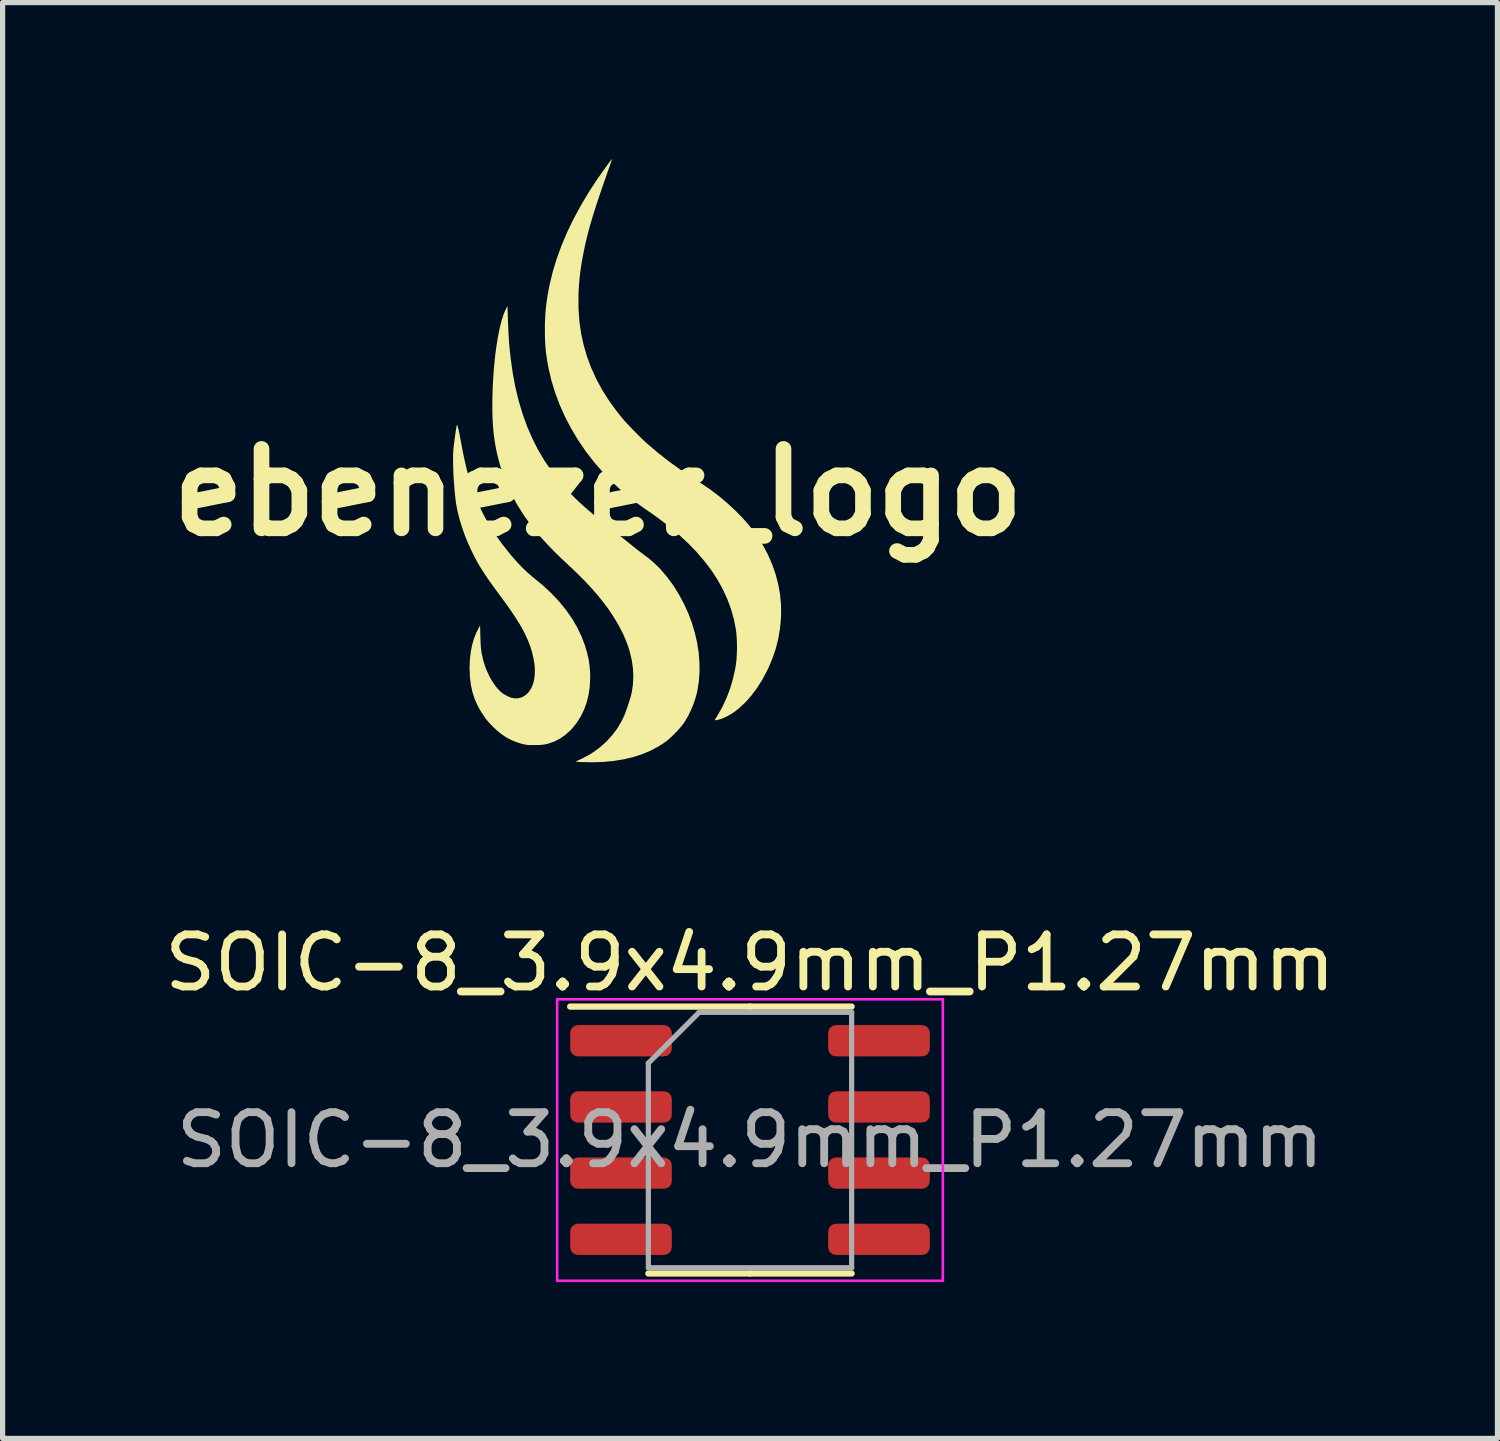
<source format=kicad_pcb>
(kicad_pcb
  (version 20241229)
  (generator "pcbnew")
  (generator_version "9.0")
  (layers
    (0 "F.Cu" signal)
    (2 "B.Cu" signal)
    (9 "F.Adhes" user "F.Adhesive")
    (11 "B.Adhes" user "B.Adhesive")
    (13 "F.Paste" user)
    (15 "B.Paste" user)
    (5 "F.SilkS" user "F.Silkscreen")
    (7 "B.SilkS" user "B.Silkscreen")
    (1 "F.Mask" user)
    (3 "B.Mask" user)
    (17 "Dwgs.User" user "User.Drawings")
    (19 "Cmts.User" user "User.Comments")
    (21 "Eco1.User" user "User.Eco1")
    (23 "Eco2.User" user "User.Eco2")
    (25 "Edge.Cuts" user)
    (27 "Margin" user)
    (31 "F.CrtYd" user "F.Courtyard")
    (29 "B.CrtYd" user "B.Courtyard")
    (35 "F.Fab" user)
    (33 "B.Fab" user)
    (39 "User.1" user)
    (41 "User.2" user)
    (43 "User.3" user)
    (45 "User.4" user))
  (footprint "ebenezer_logo"
    (layer "F.Cu")
    (at 8.426 6.397)
    (property "Reference" "ebenezer_logo" (at 0 0 0) (layer "F.SilkS") (effects (font (size 1.524 1.524) (thickness 0.3))))
    (attr board_only exclude_from_pos_files exclude_from_bom)
    (fp_poly (pts (xy -1.738 -3.518) (xy -1.734 -3.39) (xy -1.73 -3.277) (xy -1.726 -3.177) (xy -1.722 -3.088) (xy -1.717 -3.007) (xy -1.713 -2.934) (xy -1.708 -2.865) (xy -1.702 -2.798) (xy -1.696 -2.732) (xy -1.689 -2.665) (xy -1.681 -2.595) (xy -1.68 -2.582) (xy -1.64 -2.296) (xy -1.589 -2.022) (xy -1.526 -1.76) (xy -1.451 -1.51) (xy -1.365 -1.27) (xy -1.266 -1.041) (xy -1.156 -0.822) (xy -1.033 -0.614) (xy -0.897 -0.414) (xy -0.783 -0.266) (xy -0.718 -0.186) (xy -0.652 -0.11) (xy -0.585 -0.036) (xy -0.515 0.037) (xy -0.442 0.111) (xy -0.363 0.186) (xy -0.278 0.263) (xy -0.185 0.345) (xy -0.083 0.431) (xy 0.028 0.523) (xy 0.151 0.622) (xy 0.286 0.729) (xy 0.322 0.757) (xy 0.381 0.805) (xy 0.442 0.853) (xy 0.502 0.9) (xy 0.557 0.944) (xy 0.605 0.983) (xy 0.644 1.014) (xy 0.655 1.024) (xy 0.702 1.061) (xy 0.754 1.102) (xy 0.806 1.142) (xy 0.852 1.176) (xy 0.862 1.184) (xy 0.962 1.259) (xy 1.056 1.338) (xy 1.141 1.418) (xy 1.195 1.473) (xy 1.324 1.625) (xy 1.443 1.787) (xy 1.549 1.957) (xy 1.644 2.133) (xy 1.727 2.315) (xy 1.797 2.501) (xy 1.854 2.69) (xy 1.898 2.88) (xy 1.928 3.071) (xy 1.943 3.261) (xy 1.945 3.449) (xy 1.931 3.633) (xy 1.902 3.812) (xy 1.897 3.835) (xy 1.867 3.948) (xy 1.827 4.065) (xy 1.779 4.18) (xy 1.726 4.289) (xy 1.668 4.388) (xy 1.636 4.436) (xy 1.599 4.484) (xy 1.553 4.538) (xy 1.5 4.595) (xy 1.444 4.652) (xy 1.388 4.705) (xy 1.336 4.751) (xy 1.296 4.783) (xy 1.156 4.875) (xy 1.005 4.955) (xy 0.842 5.023) (xy 0.668 5.079) (xy 0.484 5.122) (xy 0.288 5.153) (xy 0.083 5.172) (xy -0.132 5.178) (xy -0.298 5.174) (xy -0.342 5.172) (xy -0.38 5.169) (xy -0.409 5.167) (xy -0.425 5.165) (xy -0.427 5.164) (xy -0.422 5.159) (xy -0.406 5.15) (xy -0.383 5.14) (xy -0.337 5.119) (xy -0.282 5.092) (xy -0.223 5.061) (xy -0.165 5.029) (xy -0.115 4.999) (xy -0.094 4.985) (xy 0.039 4.887) (xy 0.16 4.778) (xy 0.269 4.658) (xy 0.366 4.53) (xy 0.447 4.393) (xy 0.484 4.318) (xy 0.503 4.276) (xy 0.524 4.221) (xy 0.547 4.158) (xy 0.57 4.091) (xy 0.592 4.023) (xy 0.613 3.958) (xy 0.629 3.9) (xy 0.641 3.853) (xy 0.643 3.844) (xy 0.667 3.689) (xy 0.675 3.531) (xy 0.667 3.369) (xy 0.642 3.205) (xy 0.602 3.039) (xy 0.545 2.872) (xy 0.473 2.703) (xy 0.385 2.535) (xy 0.298 2.391) (xy 0.203 2.247) (xy 0.097 2.105) (xy -0.019 1.961) (xy -0.147 1.816) (xy -0.288 1.667) (xy -0.443 1.514) (xy -0.563 1.401) (xy -0.703 1.27) (xy -0.83 1.146) (xy -0.945 1.028) (xy -1.051 0.915) (xy -1.148 0.804) (xy -1.238 0.694) (xy -1.322 0.584) (xy -1.402 0.472) (xy -1.43 0.432) (xy -1.549 0.244) (xy -1.653 0.057) (xy -1.743 -0.133) (xy -1.82 -0.33) (xy -1.886 -0.535) (xy -1.925 -0.683) (xy -1.956 -0.82) (xy -1.981 -0.957) (xy -2.001 -1.097) (xy -2.016 -1.243) (xy -2.025 -1.397) (xy -2.03 -1.561) (xy -2.03 -1.738) (xy -2.029 -1.82) (xy -2.024 -1.994) (xy -2.015 -2.166) (xy -2.004 -2.335) (xy -1.989 -2.498) (xy -1.972 -2.655) (xy -1.952 -2.805) (xy -1.929 -2.947) (xy -1.905 -3.078) (xy -1.878 -3.198) (xy -1.85 -3.305) (xy -1.82 -3.399) (xy -1.789 -3.477) (xy -1.78 -3.497) (xy -1.74 -3.577)) (stroke (width 0) (type solid)) (fill yes) (layer "F.SilkS"))
    (fp_poly (pts (xy -2.705 -1.294) (xy -2.697 -1.274) (xy -2.688 -1.241) (xy -2.677 -1.194) (xy -2.664 -1.137) (xy -2.651 -1.07) (xy -2.636 -0.994) (xy -2.629 -0.953) (xy -2.592 -0.758) (xy -2.554 -0.579) (xy -2.514 -0.412) (xy -2.472 -0.257) (xy -2.427 -0.111) (xy -2.378 0.028) (xy -2.324 0.162) (xy -2.266 0.292) (xy -2.202 0.422) (xy -2.131 0.551) (xy -2.117 0.576) (xy -2.039 0.705) (xy -1.953 0.836) (xy -1.86 0.967) (xy -1.762 1.094) (xy -1.662 1.217) (xy -1.56 1.333) (xy -1.458 1.44) (xy -1.358 1.535) (xy -1.263 1.618) (xy -1.236 1.64) (xy -1.058 1.786) (xy -0.896 1.937) (xy -0.749 2.093) (xy -0.618 2.254) (xy -0.502 2.419) (xy -0.403 2.588) (xy -0.32 2.761) (xy -0.253 2.937) (xy -0.208 3.09) (xy -0.181 3.214) (xy -0.164 3.333) (xy -0.154 3.453) (xy -0.153 3.55) (xy -0.16 3.715) (xy -0.182 3.872) (xy -0.218 4.021) (xy -0.268 4.162) (xy -0.331 4.294) (xy -0.409 4.416) (xy -0.499 4.529) (xy -0.537 4.569) (xy -0.632 4.654) (xy -0.732 4.723) (xy -0.838 4.778) (xy -0.952 4.818) (xy -0.972 4.823) (xy -1.01 4.832) (xy -1.045 4.838) (xy -1.084 4.843) (xy -1.13 4.846) (xy -1.189 4.847) (xy -1.19 4.847) (xy -1.24 4.848) (xy -1.29 4.848) (xy -1.333 4.846) (xy -1.366 4.844) (xy -1.376 4.843) (xy -1.463 4.824) (xy -1.556 4.795) (xy -1.649 4.758) (xy -1.736 4.715) (xy -1.782 4.688) (xy -1.855 4.638) (xy -1.932 4.576) (xy -2.008 4.506) (xy -2.079 4.433) (xy -2.142 4.36) (xy -2.161 4.335) (xy -2.244 4.213) (xy -2.313 4.09) (xy -2.369 3.965) (xy -2.411 3.834) (xy -2.441 3.696) (xy -2.46 3.549) (xy -2.467 3.392) (xy -2.467 3.353) (xy -2.461 3.207) (xy -2.445 3.067) (xy -2.419 2.933) (xy -2.384 2.809) (xy -2.34 2.696) (xy -2.296 2.609) (xy -2.265 2.556) (xy -2.26 2.766) (xy -2.257 2.849) (xy -2.254 2.92) (xy -2.249 2.981) (xy -2.243 3.037) (xy -2.234 3.091) (xy -2.222 3.147) (xy -2.208 3.209) (xy -2.205 3.219) (xy -2.176 3.318) (xy -2.139 3.416) (xy -2.095 3.511) (xy -2.046 3.601) (xy -1.993 3.683) (xy -1.937 3.756) (xy -1.88 3.816) (xy -1.827 3.86) (xy -1.748 3.906) (xy -1.675 3.937) (xy -1.604 3.952) (xy -1.536 3.95) (xy -1.471 3.933) (xy -1.446 3.922) (xy -1.383 3.882) (xy -1.33 3.829) (xy -1.287 3.764) (xy -1.254 3.688) (xy -1.23 3.602) (xy -1.217 3.507) (xy -1.214 3.404) (xy -1.222 3.294) (xy -1.241 3.179) (xy -1.27 3.059) (xy -1.304 2.951) (xy -1.336 2.867) (xy -1.371 2.784) (xy -1.411 2.699) (xy -1.458 2.612) (xy -1.51 2.521) (xy -1.571 2.424) (xy -1.639 2.32) (xy -1.717 2.207) (xy -1.805 2.085) (xy -1.873 1.992) (xy -1.954 1.882) (xy -2.026 1.783) (xy -2.09 1.694) (xy -2.146 1.613) (xy -2.196 1.537) (xy -2.241 1.466) (xy -2.283 1.398) (xy -2.322 1.331) (xy -2.359 1.262) (xy -2.395 1.191) (xy -2.421 1.139) (xy -2.491 0.987) (xy -2.555 0.831) (xy -2.611 0.673) (xy -2.659 0.517) (xy -2.697 0.367) (xy -2.722 0.236) (xy -2.734 0.154) (xy -2.745 0.062) (xy -2.755 -0.039) (xy -2.763 -0.145) (xy -2.771 -0.253) (xy -2.777 -0.362) (xy -2.781 -0.467) (xy -2.783 -0.568) (xy -2.784 -0.66) (xy -2.782 -0.741) (xy -2.779 -0.809) (xy -2.778 -0.819) (xy -2.773 -0.863) (xy -2.767 -0.915) (xy -2.76 -0.971) (xy -2.753 -1.03) (xy -2.745 -1.088) (xy -2.737 -1.144) (xy -2.729 -1.195) (xy -2.722 -1.239) (xy -2.716 -1.272) (xy -2.711 -1.293) (xy -2.709 -1.298)) (stroke (width 0) (type solid)) (fill yes) (layer "F.SilkS"))
    (fp_poly (pts (xy 0.264 -6.392) (xy 0.259 -6.374) (xy 0.249 -6.344) (xy 0.237 -6.306) (xy 0.224 -6.27) (xy 0.162 -6.093) (xy 0.106 -5.932) (xy 0.055 -5.783) (xy 0.009 -5.647) (xy -0.033 -5.521) (xy -0.07 -5.405) (xy -0.104 -5.296) (xy -0.134 -5.195) (xy -0.162 -5.098) (xy -0.187 -5.007) (xy -0.21 -4.918) (xy -0.231 -4.83) (xy -0.251 -4.743) (xy -0.269 -4.655) (xy -0.279 -4.61) (xy -0.31 -4.444) (xy -0.335 -4.289) (xy -0.354 -4.139) (xy -0.367 -3.991) (xy -0.376 -3.839) (xy -0.378 -3.759) (xy -0.377 -3.518) (xy -0.36 -3.283) (xy -0.328 -3.053) (xy -0.279 -2.829) (xy -0.215 -2.609) (xy -0.135 -2.393) (xy -0.039 -2.182) (xy 0.073 -1.974) (xy 0.202 -1.769) (xy 0.348 -1.567) (xy 0.467 -1.418) (xy 0.506 -1.373) (xy 0.555 -1.32) (xy 0.611 -1.26) (xy 0.672 -1.197) (xy 0.735 -1.133) (xy 0.798 -1.07) (xy 0.858 -1.012) (xy 0.913 -0.961) (xy 0.931 -0.944) (xy 1.133 -0.771) (xy 1.349 -0.601) (xy 1.575 -0.438) (xy 1.786 -0.296) (xy 1.834 -0.266) (xy 1.882 -0.235) (xy 1.928 -0.205) (xy 1.966 -0.181) (xy 1.981 -0.171) (xy 2.154 -0.053) (xy 2.323 0.075) (xy 2.485 0.212) (xy 2.638 0.354) (xy 2.78 0.5) (xy 2.908 0.647) (xy 2.925 0.669) (xy 3.051 0.839) (xy 3.162 1.015) (xy 3.258 1.196) (xy 3.339 1.382) (xy 3.405 1.572) (xy 3.455 1.764) (xy 3.49 1.959) (xy 3.508 2.154) (xy 3.51 2.35) (xy 3.506 2.427) (xy 3.487 2.621) (xy 3.456 2.805) (xy 3.412 2.983) (xy 3.354 3.158) (xy 3.282 3.333) (xy 3.239 3.425) (xy 3.147 3.596) (xy 3.047 3.754) (xy 2.939 3.898) (xy 2.824 4.028) (xy 2.701 4.142) (xy 2.627 4.201) (xy 2.581 4.233) (xy 2.527 4.266) (xy 2.47 4.297) (xy 2.415 4.324) (xy 2.368 4.343) (xy 2.358 4.346) (xy 2.328 4.355) (xy 2.297 4.363) (xy 2.268 4.369) (xy 2.246 4.372) (xy 2.236 4.372) (xy 2.235 4.371) (xy 2.239 4.363) (xy 2.251 4.343) (xy 2.268 4.315) (xy 2.289 4.282) (xy 2.289 4.281) (xy 2.381 4.121) (xy 2.461 3.949) (xy 2.53 3.768) (xy 2.586 3.579) (xy 2.629 3.386) (xy 2.643 3.302) (xy 2.653 3.22) (xy 2.659 3.126) (xy 2.663 3.025) (xy 2.663 2.921) (xy 2.66 2.82) (xy 2.653 2.725) (xy 2.644 2.642) (xy 2.643 2.634) (xy 2.604 2.435) (xy 2.549 2.239) (xy 2.478 2.047) (xy 2.391 1.858) (xy 2.289 1.673) (xy 2.17 1.491) (xy 2.034 1.313) (xy 1.883 1.137) (xy 1.715 0.965) (xy 1.531 0.795) (xy 1.33 0.628) (xy 1.112 0.464) (xy 0.969 0.364) (xy 0.852 0.283) (xy 0.747 0.207) (xy 0.651 0.134) (xy 0.561 0.063) (xy 0.475 -0.01) (xy 0.39 -0.086) (xy 0.303 -0.169) (xy 0.285 -0.186) (xy 0.098 -0.378) (xy -0.075 -0.578) (xy -0.236 -0.785) (xy -0.383 -1) (xy -0.515 -1.221) (xy -0.634 -1.447) (xy -0.737 -1.677) (xy -0.825 -1.911) (xy -0.897 -2.148) (xy -0.953 -2.387) (xy -0.969 -2.472) (xy -0.985 -2.57) (xy -0.998 -2.659) (xy -1.007 -2.744) (xy -1.014 -2.831) (xy -1.019 -2.925) (xy -1.022 -3.03) (xy -1.022 -3.036) (xy -1.022 -3.23) (xy -1.014 -3.416) (xy -0.997 -3.597) (xy -0.971 -3.781) (xy -0.935 -3.969) (xy -0.875 -4.219) (xy -0.799 -4.472) (xy -0.706 -4.728) (xy -0.598 -4.985) (xy -0.474 -5.243) (xy -0.334 -5.501) (xy -0.18 -5.76) (xy -0.011 -6.018) (xy 0.02 -6.062) (xy 0.048 -6.102) (xy 0.08 -6.147) (xy 0.114 -6.195) (xy 0.148 -6.242) (xy 0.181 -6.287) (xy 0.211 -6.328) (xy 0.236 -6.361) (xy 0.255 -6.385) (xy 0.264 -6.397)) (stroke (width 0) (type solid)) (fill yes) (layer "F.SilkS")))
  (footprint "SOIC-8_3.9x4.9mm_P1.27mm"
    (layer "F.Cu")
    (at 11.339 18.822)
    (property "Reference" "SOIC-8_3.9x4.9mm_P1.27mm" (at 0 -3.4 0) (layer "F.SilkS") (effects (font (size 1 1) (thickness 0.15))))
    (attr smd)
    (fp_line (start 0 -2.56) (end -3.45 -2.56) (stroke (width 0.12) (type solid)) (layer "F.SilkS"))
    (fp_line (start 0 -2.56) (end 1.95 -2.56) (stroke (width 0.12) (type solid)) (layer "F.SilkS"))
    (fp_line (start 0 2.56) (end -1.95 2.56) (stroke (width 0.12) (type solid)) (layer "F.SilkS"))
    (fp_line (start 0 2.56) (end 1.95 2.56) (stroke (width 0.12) (type solid)) (layer "F.SilkS"))
    (fp_line (start -3.7 -2.7) (end -3.7 2.7) (stroke (width 0.05) (type solid)) (layer "F.CrtYd"))
    (fp_line (start -3.7 2.7) (end 3.7 2.7) (stroke (width 0.05) (type solid)) (layer "F.CrtYd"))
    (fp_line (start 3.7 -2.7) (end -3.7 -2.7) (stroke (width 0.05) (type solid)) (layer "F.CrtYd"))
    (fp_line (start 3.7 2.7) (end 3.7 -2.7) (stroke (width 0.05) (type solid)) (layer "F.CrtYd"))
    (fp_line (start -1.95 -1.475) (end -0.975 -2.45) (stroke (width 0.1) (type solid)) (layer "F.Fab"))
    (fp_line (start -1.95 2.45) (end -1.95 -1.475) (stroke (width 0.1) (type solid)) (layer "F.Fab"))
    (fp_line (start -0.975 -2.45) (end 1.95 -2.45) (stroke (width 0.1) (type solid)) (layer "F.Fab"))
    (fp_line (start 1.95 -2.45) (end 1.95 2.45) (stroke (width 0.1) (type solid)) (layer "F.Fab"))
    (fp_line (start 1.95 2.45) (end -1.95 2.45) (stroke (width 0.1) (type solid)) (layer "F.Fab"))
    (fp_text user "${REFERENCE}" (at 0 0 0) (layer "F.Fab") (effects (font (size 0.98 0.98) (thickness 0.15))))
    (pad "1" smd roundrect (at -2.475 1.905) (size 1.95 0.6) (layers "F.Cu" "F.Mask" "F.Paste") (roundrect_rratio 0.25))
    (pad "2" smd roundrect (at 2.475 -1.905) (size 1.95 0.6) (layers "F.Cu" "F.Mask" "F.Paste") (roundrect_rratio 0.25))
    (pad "2" smd roundrect (at 2.475 -0.635) (size 1.95 0.6) (layers "F.Cu" "F.Mask" "F.Paste") (roundrect_rratio 0.25))
    (pad "2" smd roundrect (at 2.475 0.635) (size 1.95 0.6) (layers "F.Cu" "F.Mask" "F.Paste") (roundrect_rratio 0.25))
    (pad "2" smd roundrect (at 2.475 1.905) (size 1.95 0.6) (layers "F.Cu" "F.Mask" "F.Paste") (roundrect_rratio 0.25))
    (pad "3" smd roundrect (at -2.475 -1.905) (size 1.95 0.6) (layers "F.Cu" "F.Mask" "F.Paste") (roundrect_rratio 0.25))
    (pad "3" smd roundrect (at -2.475 -0.635) (size 1.95 0.6) (layers "F.Cu" "F.Mask" "F.Paste") (roundrect_rratio 0.25))
    (pad "3" smd roundrect (at -2.475 0.635) (size 1.95 0.6) (layers "F.Cu" "F.Mask" "F.Paste") (roundrect_rratio 0.25)))
  (gr_rect
    (start -3 -3)
    (end 25.679 24.547)
    (stroke (width 0.1) (type default))
    (fill no)
    (layer "Edge.Cuts")))
</source>
